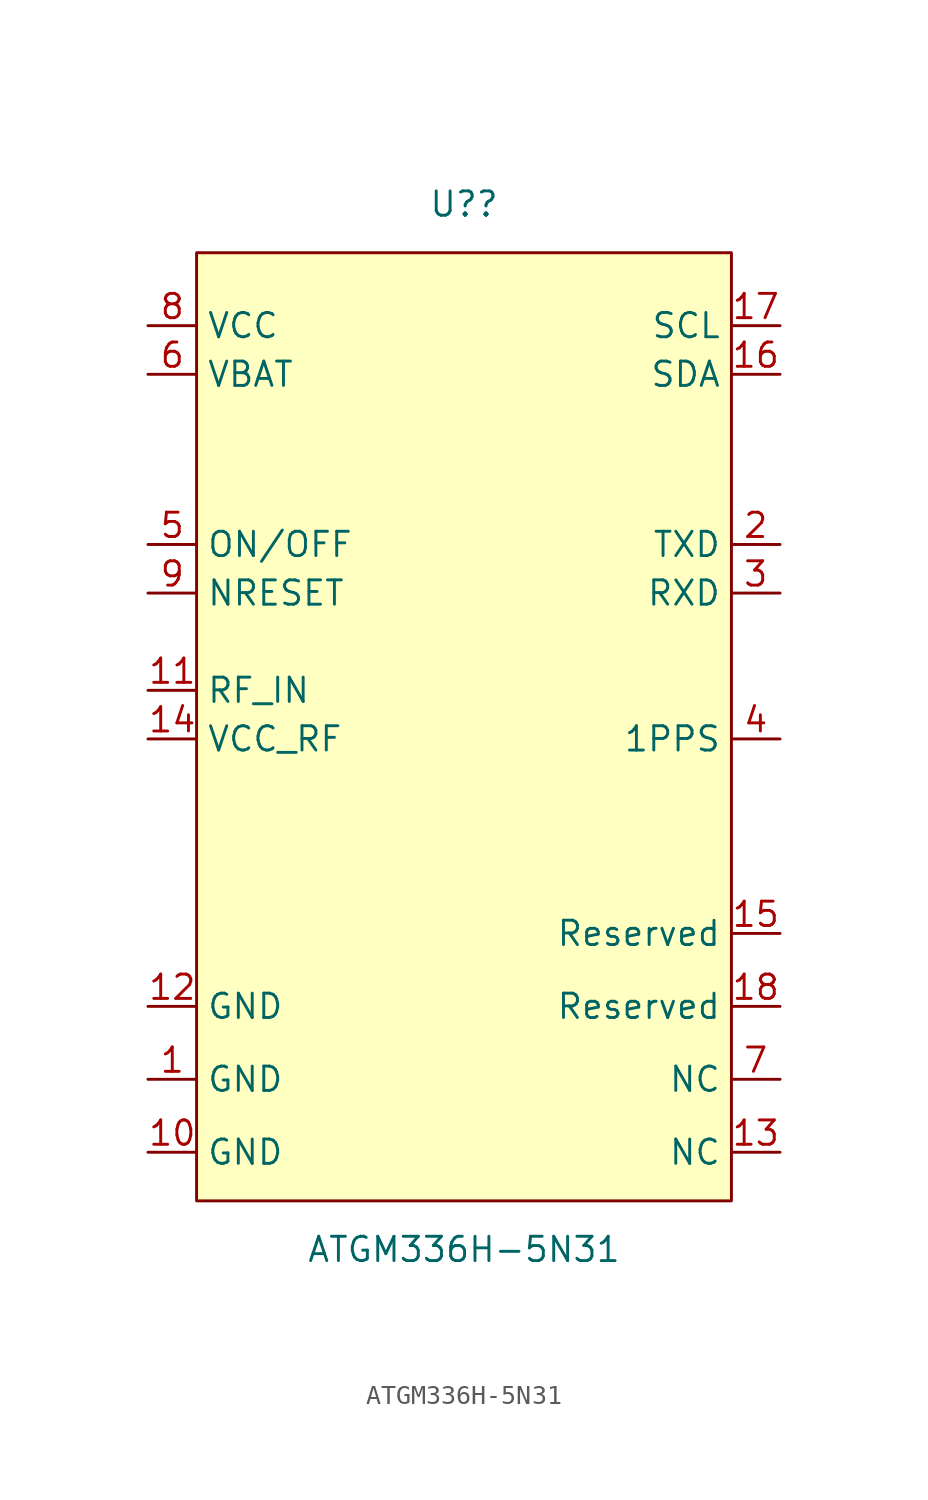
<source format=kicad_sym>
(kicad_symbol_lib
  (version 20211014)
  (generator kicad_symbol_editor)
  (symbol "ATGM336H-5N31"
    (property "Reference" "U?"
      (at 0 15.24 0)
      (effects (font (size 1.27 1.27))))
    (property "Value" "ATGM336H-5N31"
      (at 0 -39.37 0)
      (effects (font (size 1.27 1.27))))
    (symbol "ATGM336H-5N31_0_1"
      (rectangle (start -13.97 12.7) (end 13.97 -36.83) (stroke (width 0) (type default) (color 0 0 0 0)) (fill (type background)))
      (pin unspecified line (at -16.51 -30.48 0) (length 2.54) (name "GND" (effects (font (size 1.27 1.27)))) (number "1" (effects (font (size 1.27 1.27)))))
      (pin unspecified line (at -16.51 -34.29 0) (length 2.54) (name "GND" (effects (font (size 1.27 1.27)))) (number "10" (effects (font (size 1.27 1.27)))))
      (pin unspecified line (at -16.51 -10.16 0) (length 2.54) (name "RF_IN" (effects (font (size 1.27 1.27)))) (number "11" (effects (font (size 1.27 1.27)))))
      (pin unspecified line (at -16.51 -26.67 0) (length 2.54) (name "GND" (effects (font (size 1.27 1.27)))) (number "12" (effects (font (size 1.27 1.27)))))
      (pin unspecified line (at 16.51 -34.29 180) (length 2.54) (name "NC" (effects (font (size 1.27 1.27)))) (number "13" (effects (font (size 1.27 1.27)))))
      (pin unspecified line (at -16.51 -12.7 0) (length 2.54) (name "VCC_RF" (effects (font (size 1.27 1.27)))) (number "14" (effects (font (size 1.27 1.27)))))
      (pin unspecified line (at 16.51 -22.86 180) (length 2.54) (name "Reserved" (effects (font (size 1.27 1.27)))) (number "15" (effects (font (size 1.27 1.27)))))
      (pin unspecified line (at 16.51 6.35 180) (length 2.54) (name "SDA" (effects (font (size 1.27 1.27)))) (number "16" (effects (font (size 1.27 1.27)))))
      (pin unspecified line (at 16.51 8.89 180) (length 2.54) (name "SCL" (effects (font (size 1.27 1.27)))) (number "17" (effects (font (size 1.27 1.27)))))
      (pin unspecified line (at 16.51 -26.67 180) (length 2.54) (name "Reserved" (effects (font (size 1.27 1.27)))) (number "18" (effects (font (size 1.27 1.27)))))
      (pin unspecified line (at 16.51 -2.54 180) (length 2.54) (name "TXD" (effects (font (size 1.27 1.27)))) (number "2" (effects (font (size 1.27 1.27)))))
      (pin unspecified line (at 16.51 -5.08 180) (length 2.54) (name "RXD" (effects (font (size 1.27 1.27)))) (number "3" (effects (font (size 1.27 1.27)))))
      (pin unspecified line (at 16.51 -12.7 180) (length 2.54) (name "1PPS" (effects (font (size 1.27 1.27)))) (number "4" (effects (font (size 1.27 1.27)))))
      (pin unspecified line (at -16.51 -2.54 0) (length 2.54) (name "ON/OFF" (effects (font (size 1.27 1.27)))) (number "5" (effects (font (size 1.27 1.27)))))
      (pin unspecified line (at -16.51 6.35 0) (length 2.54) (name "VBAT" (effects (font (size 1.27 1.27)))) (number "6" (effects (font (size 1.27 1.27)))))
      (pin unspecified line (at 16.51 -30.48 180) (length 2.54) (name "NC" (effects (font (size 1.27 1.27)))) (number "7" (effects (font (size 1.27 1.27)))))
      (pin unspecified line (at -16.51 8.89 0) (length 2.54) (name "VCC" (effects (font (size 1.27 1.27)))) (number "8" (effects (font (size 1.27 1.27)))))
      (pin unspecified line (at -16.51 -5.08 0) (length 2.54) (name "NRESET" (effects (font (size 1.27 1.27)))) (number "9" (effects (font (size 1.27 1.27))))))))
</source>
